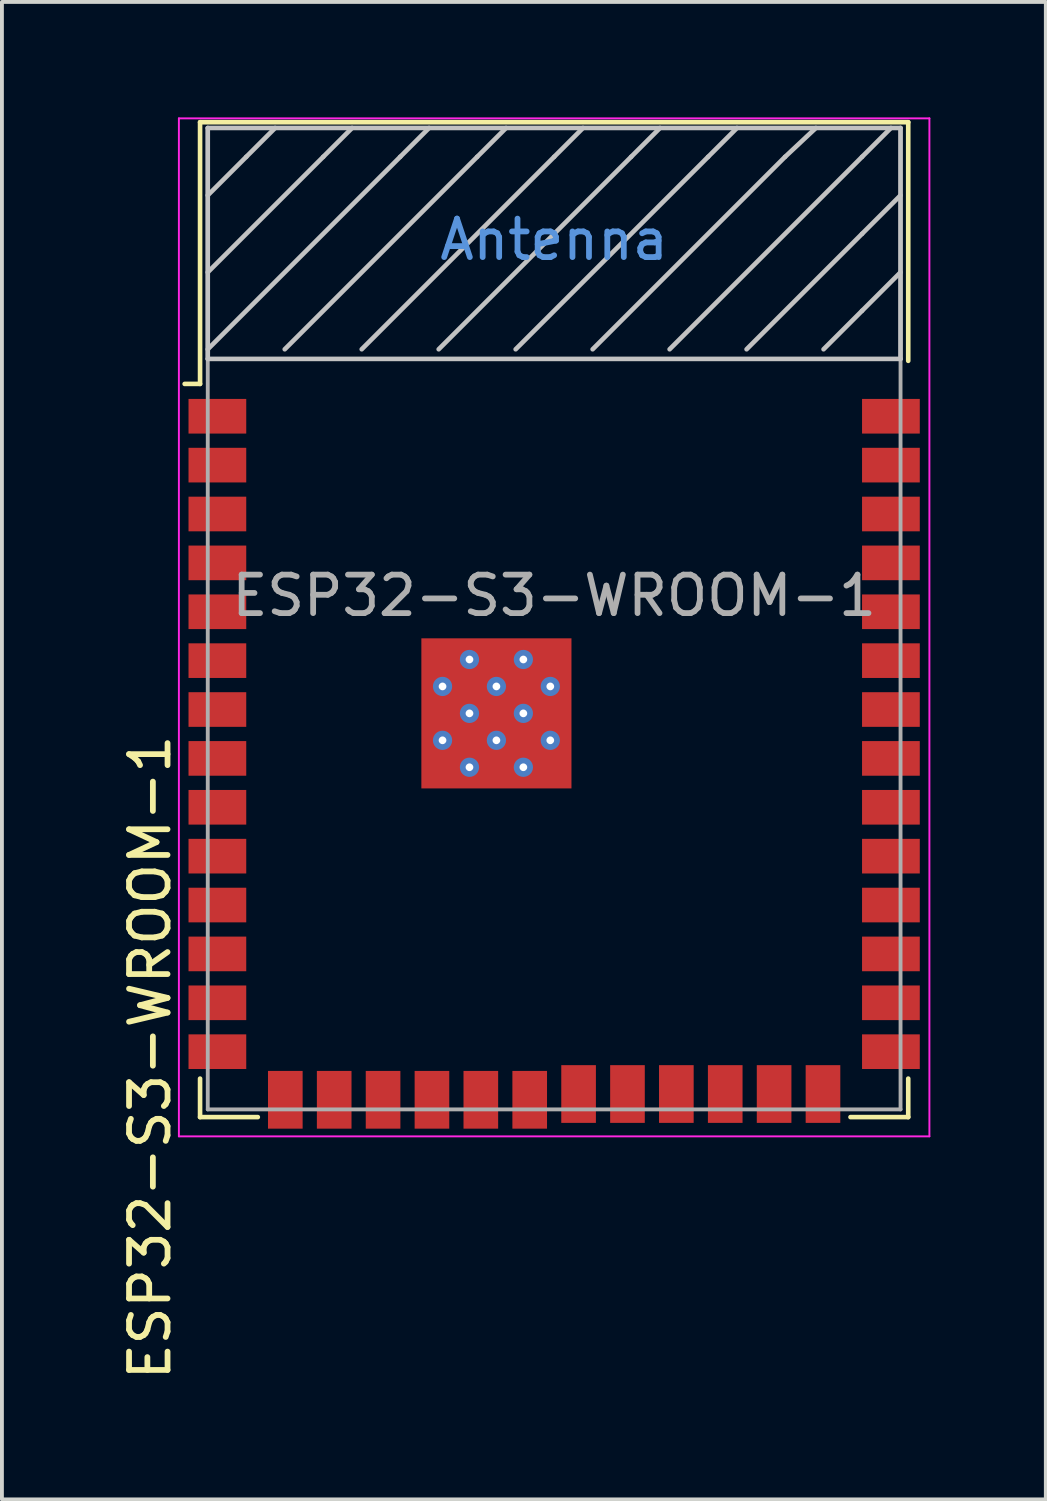
<source format=kicad_pcb>
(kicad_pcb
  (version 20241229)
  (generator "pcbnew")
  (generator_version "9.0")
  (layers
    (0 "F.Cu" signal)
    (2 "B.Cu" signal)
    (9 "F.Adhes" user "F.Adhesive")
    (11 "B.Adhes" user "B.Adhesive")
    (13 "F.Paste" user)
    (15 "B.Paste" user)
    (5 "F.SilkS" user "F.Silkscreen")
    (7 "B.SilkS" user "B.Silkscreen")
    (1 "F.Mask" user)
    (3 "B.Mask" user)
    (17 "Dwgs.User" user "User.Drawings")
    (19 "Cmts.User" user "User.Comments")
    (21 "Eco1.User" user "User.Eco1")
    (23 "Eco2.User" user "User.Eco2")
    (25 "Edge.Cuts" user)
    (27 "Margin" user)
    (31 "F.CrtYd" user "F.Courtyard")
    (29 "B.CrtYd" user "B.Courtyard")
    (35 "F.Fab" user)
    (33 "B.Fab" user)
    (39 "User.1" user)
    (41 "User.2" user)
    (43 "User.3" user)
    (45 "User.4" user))
  (footprint "ESP32-S3-WROOM-1"
    (layer "F.Cu")
    (at 11.348 13.025)
    (property "Reference" "ESP32-S3-WROOM-1" (at -10.5 11.4 90) (unlocked yes) (layer "F.SilkS") (effects (font (size 1 1) (thickness 0.15))))
    (attr smd)
    (fp_line (start -9.2 -12.9) (end 9.2 -12.9) (stroke (width 0.12) (type solid)) (layer "F.SilkS"))
    (fp_line (start -9.2 -6.1) (end -9.6 -6.1) (stroke (width 0.12) (type solid)) (layer "F.SilkS"))
    (fp_line (start -9.2 -6.1) (end -9.2 -12.9) (stroke (width 0.12) (type solid)) (layer "F.SilkS"))
    (fp_line (start -9.2 11.95) (end -9.2 12.95) (stroke (width 0.12) (type solid)) (layer "F.SilkS"))
    (fp_line (start -9.2 12.95) (end -7.7 12.95) (stroke (width 0.12) (type solid)) (layer "F.SilkS"))
    (fp_line (start 9.2 -12.9) (end 9.2 -6.7) (stroke (width 0.12) (type solid)) (layer "F.SilkS"))
    (fp_line (start 9.2 12.95) (end 7.7 12.95) (stroke (width 0.12) (type solid)) (layer "F.SilkS"))
    (fp_line (start 9.2 12.95) (end 9.2 11.95) (stroke (width 0.12) (type solid)) (layer "F.SilkS"))
    (fp_line (start -9 -12.75) (end -9 -6.75) (stroke (width 0.12) (type solid)) (layer "Dwgs.User"))
    (fp_line (start -9 -11) (end -8 -12) (stroke (width 0.12) (type solid)) (layer "Dwgs.User"))
    (fp_line (start -9 -9) (end -6 -12) (stroke (width 0.12) (type solid)) (layer "Dwgs.User"))
    (fp_line (start -9 -7) (end -4 -12) (stroke (width 0.12) (type solid)) (layer "Dwgs.User"))
    (fp_line (start -9 -6.75) (end 9 -6.75) (stroke (width 0.12) (type solid)) (layer "Dwgs.User"))
    (fp_line (start -8 -12) (end -7.25 -12.75) (stroke (width 0.12) (type solid)) (layer "Dwgs.User"))
    (fp_line (start -7 -7) (end -2 -12) (stroke (width 0.12) (type solid)) (layer "Dwgs.User"))
    (fp_line (start -6 -12) (end -5.25 -12.75) (stroke (width 0.12) (type solid)) (layer "Dwgs.User"))
    (fp_line (start -5 -7) (end 0 -12) (stroke (width 0.12) (type solid)) (layer "Dwgs.User"))
    (fp_line (start -4 -12) (end -3.25 -12.75) (stroke (width 0.12) (type solid)) (layer "Dwgs.User"))
    (fp_line (start -3 -7) (end 2 -12) (stroke (width 0.12) (type solid)) (layer "Dwgs.User"))
    (fp_line (start -2 -12) (end -1.25 -12.75) (stroke (width 0.12) (type solid)) (layer "Dwgs.User"))
    (fp_line (start -1 -7) (end 4 -12) (stroke (width 0.12) (type solid)) (layer "Dwgs.User"))
    (fp_line (start 0 -12) (end 0.75 -12.75) (stroke (width 0.12) (type solid)) (layer "Dwgs.User"))
    (fp_line (start 1 -7) (end 6 -12) (stroke (width 0.12) (type solid)) (layer "Dwgs.User"))
    (fp_line (start 2 -12) (end 2.75 -12.75) (stroke (width 0.12) (type solid)) (layer "Dwgs.User"))
    (fp_line (start 3 -7) (end 8 -12) (stroke (width 0.12) (type solid)) (layer "Dwgs.User"))
    (fp_line (start 4 -12) (end 4.75 -12.75) (stroke (width 0.12) (type solid)) (layer "Dwgs.User"))
    (fp_line (start 5 -7) (end 8 -10) (stroke (width 0.12) (type solid)) (layer "Dwgs.User"))
    (fp_line (start 6 -12) (end 6.8 -12.75) (stroke (width 0.12) (type solid)) (layer "Dwgs.User"))
    (fp_line (start 7 -7) (end 8 -8) (stroke (width 0.12) (type solid)) (layer "Dwgs.User"))
    (fp_line (start 8 -12) (end 8.75 -12.75) (stroke (width 0.12) (type solid)) (layer "Dwgs.User"))
    (fp_line (start 8 -10) (end 9 -11) (stroke (width 0.12) (type solid)) (layer "Dwgs.User"))
    (fp_line (start 8 -8) (end 9 -9) (stroke (width 0.12) (type solid)) (layer "Dwgs.User"))
    (fp_line (start 9 -12.75) (end -9 -12.75) (stroke (width 0.12) (type solid)) (layer "Dwgs.User"))
    (fp_line (start 9 -6.75) (end 9 -12.75) (stroke (width 0.12) (type solid)) (layer "Dwgs.User"))
    (fp_line (start -9.75 -13) (end 9.75 -13) (stroke (width 0.05) (type solid)) (layer "F.CrtYd"))
    (fp_line (start -9.75 13.45) (end -9.75 -13) (stroke (width 0.05) (type solid)) (layer "F.CrtYd"))
    (fp_line (start -9.75 13.45) (end 9.75 13.45) (stroke (width 0.05) (type solid)) (layer "F.CrtYd"))
    (fp_line (start 9.75 -13) (end 9.75 13.45) (stroke (width 0.05) (type solid)) (layer "F.CrtYd"))
    (fp_line (start -9 -12.75) (end 9 -12.75) (stroke (width 0.1) (type solid)) (layer "F.Fab"))
    (fp_line (start -9 -6.75) (end 9 -6.75) (stroke (width 0.1) (type solid)) (layer "F.Fab"))
    (fp_line (start -9 12.75) (end -9 -12.75) (stroke (width 0.1) (type solid)) (layer "F.Fab"))
    (fp_line (start -9 12.75) (end 9 12.75) (stroke (width 0.1) (type solid)) (layer "F.Fab"))
    (fp_line (start 9 12.75) (end 9 -12.75) (stroke (width 0.1) (type solid)) (layer "F.Fab"))
    (fp_text user "Antenna" (at 0 -9.85 0) (layer "Cmts.User") (effects (font (size 1 1) (thickness 0.15))))
    (fp_text user "${REFERENCE}" (at 0 -0.6 0) (unlocked yes) (layer "F.Fab") (effects (font (size 1 1) (thickness 0.15))))
    (pad "" smd rect (at -2.9 1.06) (size 0.9 0.9) (layers "F.Mask" "F.Paste"))
    (pad "" smd rect (at -2.9 2.46 270) (size 0.9 0.9) (layers "F.Mask" "F.Paste"))
    (pad "" smd rect (at -2.9 3.86) (size 0.9 0.9) (layers "F.Mask" "F.Paste"))
    (pad "" smd rect (at -1.5 1.06 270) (size 0.9 0.9) (layers "F.Mask" "F.Paste"))
    (pad "" smd rect (at -1.5 2.46 270) (size 0.9 0.9) (layers "F.Mask" "F.Paste"))
    (pad "" smd rect (at -1.5 3.86 270) (size 0.9 0.9) (layers "F.Mask" "F.Paste"))
    (pad "" smd rect (at -0.1 1.06 270) (size 0.9 0.9) (layers "F.Mask" "F.Paste"))
    (pad "" smd rect (at -0.1 2.46 270) (size 0.9 0.9) (layers "F.Mask" "F.Paste"))
    (pad "" smd rect (at -0.1 3.86 270) (size 0.9 0.9) (layers "F.Mask" "F.Paste"))
    (pad "1" smd rect (at -8.75 -5.26) (size 1.5 0.9) (layers "F.Cu" "F.Mask" "F.Paste"))
    (pad "2" smd rect (at -8.75 -3.99) (size 1.5 0.9) (layers "F.Cu" "F.Mask" "F.Paste"))
    (pad "3" smd rect (at -8.75 -2.72) (size 1.5 0.9) (layers "F.Cu" "F.Mask" "F.Paste"))
    (pad "4" smd rect (at -8.75 -1.45) (size 1.5 0.9) (layers "F.Cu" "F.Mask" "F.Paste"))
    (pad "5" smd rect (at -8.75 -0.18) (size 1.5 0.9) (layers "F.Cu" "F.Mask" "F.Paste"))
    (pad "6" smd rect (at -8.75 1.09) (size 1.5 0.9) (layers "F.Cu" "F.Mask" "F.Paste"))
    (pad "7" smd rect (at -8.75 2.36) (size 1.5 0.9) (layers "F.Cu" "F.Mask" "F.Paste"))
    (pad "8" smd rect (at -8.75 3.63) (size 1.5 0.9) (layers "F.Cu" "F.Mask" "F.Paste"))
    (pad "9" smd rect (at -8.75 4.9) (size 1.5 0.9) (layers "F.Cu" "F.Mask" "F.Paste"))
    (pad "10" smd rect (at -8.75 6.17) (size 1.5 0.9) (layers "F.Cu" "F.Mask" "F.Paste"))
    (pad "11" smd rect (at -8.75 7.44) (size 1.5 0.9) (layers "F.Cu" "F.Mask" "F.Paste"))
    (pad "12" smd rect (at -8.75 8.71) (size 1.5 0.9) (layers "F.Cu" "F.Mask" "F.Paste"))
    (pad "13" smd rect (at -8.75 9.98) (size 1.5 0.9) (layers "F.Cu" "F.Mask" "F.Paste"))
    (pad "14" smd rect (at -8.75 11.25 180) (size 1.5 0.9) (layers "F.Cu" "F.Mask" "F.Paste"))
    (pad "15" smd rect (at -6.985 12.5 270) (size 1.5 0.9) (layers "F.Cu" "F.Mask" "F.Paste"))
    (pad "16" smd rect (at -5.715 12.5 270) (size 1.5 0.9) (layers "F.Cu" "F.Mask" "F.Paste"))
    (pad "17" smd rect (at -4.445 12.5 270) (size 1.5 0.9) (layers "F.Cu" "F.Mask" "F.Paste"))
    (pad "18" smd rect (at -3.175 12.5 270) (size 1.5 0.9) (layers "F.Cu" "F.Mask" "F.Paste"))
    (pad "19" smd rect (at -1.905 12.5 270) (size 1.5 0.9) (layers "F.Cu" "F.Mask" "F.Paste"))
    (pad "20" smd rect (at -0.635 12.5 270) (size 1.5 0.9) (layers "F.Cu" "F.Mask" "F.Paste"))
    (pad "21" smd rect (at 0.635 12.35 270) (size 1.5 0.9) (layers "F.Cu" "F.Mask" "F.Paste"))
    (pad "22" smd rect (at 1.905 12.35 270) (size 1.5 0.9) (layers "F.Cu" "F.Mask" "F.Paste"))
    (pad "23" smd rect (at 3.175 12.35 270) (size 1.5 0.9) (layers "F.Cu" "F.Mask" "F.Paste"))
    (pad "24" smd rect (at 4.445 12.35 270) (size 1.5 0.9) (layers "F.Cu" "F.Mask" "F.Paste"))
    (pad "25" smd rect (at 5.715 12.35 270) (size 1.5 0.9) (layers "F.Cu" "F.Mask" "F.Paste"))
    (pad "26" smd rect (at 6.985 12.35 270) (size 1.5 0.9) (layers "F.Cu" "F.Mask" "F.Paste"))
    (pad "27" smd rect (at 8.75 11.25) (size 1.5 0.9) (layers "F.Cu" "F.Mask" "F.Paste"))
    (pad "28" smd rect (at 8.75 9.98) (size 1.5 0.9) (layers "F.Cu" "F.Mask" "F.Paste"))
    (pad "29" smd rect (at 8.75 8.71) (size 1.5 0.9) (layers "F.Cu" "F.Mask" "F.Paste"))
    (pad "30" smd rect (at 8.75 7.44) (size 1.5 0.9) (layers "F.Cu" "F.Mask" "F.Paste"))
    (pad "31" smd rect (at 8.75 6.17) (size 1.5 0.9) (layers "F.Cu" "F.Mask" "F.Paste"))
    (pad "32" smd rect (at 8.75 4.9) (size 1.5 0.9) (layers "F.Cu" "F.Mask" "F.Paste"))
    (pad "33" smd rect (at 8.75 3.63) (size 1.5 0.9) (layers "F.Cu" "F.Mask" "F.Paste"))
    (pad "34" smd rect (at 8.75 2.36) (size 1.5 0.9) (layers "F.Cu" "F.Mask" "F.Paste"))
    (pad "35" smd rect (at 8.75 1.09) (size 1.5 0.9) (layers "F.Cu" "F.Mask" "F.Paste"))
    (pad "36" smd rect (at 8.75 -0.18) (size 1.5 0.9) (layers "F.Cu" "F.Mask" "F.Paste"))
    (pad "37" smd rect (at 8.75 -1.45) (size 1.5 0.9) (layers "F.Cu" "F.Mask" "F.Paste"))
    (pad "38" smd rect (at 8.75 -2.72) (size 1.5 0.9) (layers "F.Cu" "F.Mask" "F.Paste"))
    (pad "39" smd rect (at 8.75 -3.99) (size 1.5 0.9) (layers "F.Cu" "F.Mask" "F.Paste"))
    (pad "40" smd rect (at 8.75 -5.26) (size 1.5 0.9) (layers "F.Cu" "F.Mask" "F.Paste"))
    (pad "41" thru_hole circle (at -2.9 1.76 90) (size 0.5 0.5) (drill 0.2) (layers "*.Cu" "*.Mask"))
    (pad "41" thru_hole circle (at -2.9 3.16) (size 0.5 0.5) (drill 0.2) (layers "*.Cu" "*.Mask"))
    (pad "41" thru_hole circle (at -2.2 1.06) (size 0.5 0.5) (drill 0.2) (layers "*.Cu" "*.Mask"))
    (pad "41" thru_hole circle (at -2.2 2.46) (size 0.5 0.5) (drill 0.2) (layers "*.Cu" "*.Mask"))
    (pad "41" thru_hole circle (at -2.2 3.86) (size 0.5 0.5) (drill 0.2) (layers "*.Cu" "*.Mask"))
    (pad "41" thru_hole circle (at -1.5 1.76) (size 0.5 0.5) (drill 0.2) (layers "*.Cu" "*.Mask"))
    (pad "41" smd rect (at -1.5 2.46 270) (size 3.9 3.9) (layers "F.Cu" "F.Mask"))
    (pad "41" thru_hole circle (at -1.5 3.16) (size 0.5 0.5) (drill 0.2) (layers "*.Cu" "*.Mask"))
    (pad "41" thru_hole circle (at -0.8 1.06) (size 0.5 0.5) (drill 0.2) (layers "*.Cu" "*.Mask"))
    (pad "41" thru_hole circle (at -0.8 2.46) (size 0.5 0.5) (drill 0.2) (layers "*.Cu" "*.Mask"))
    (pad "41" thru_hole circle (at -0.8 3.86) (size 0.5 0.5) (drill 0.2) (layers "*.Cu" "*.Mask"))
    (pad "41" thru_hole circle (at -0.1 1.76) (size 0.5 0.5) (drill 0.2) (layers "*.Cu" "*.Mask"))
    (pad "41" thru_hole circle (at -0.1 3.16) (size 0.5 0.5) (drill 0.2) (layers "*.Cu" "*.Mask")))
  (gr_rect
    (start -3 -3)
    (end 24.123 35.907)
    (stroke (width 0.1) (type default))
    (fill no)
    (layer "Edge.Cuts")))
</source>
